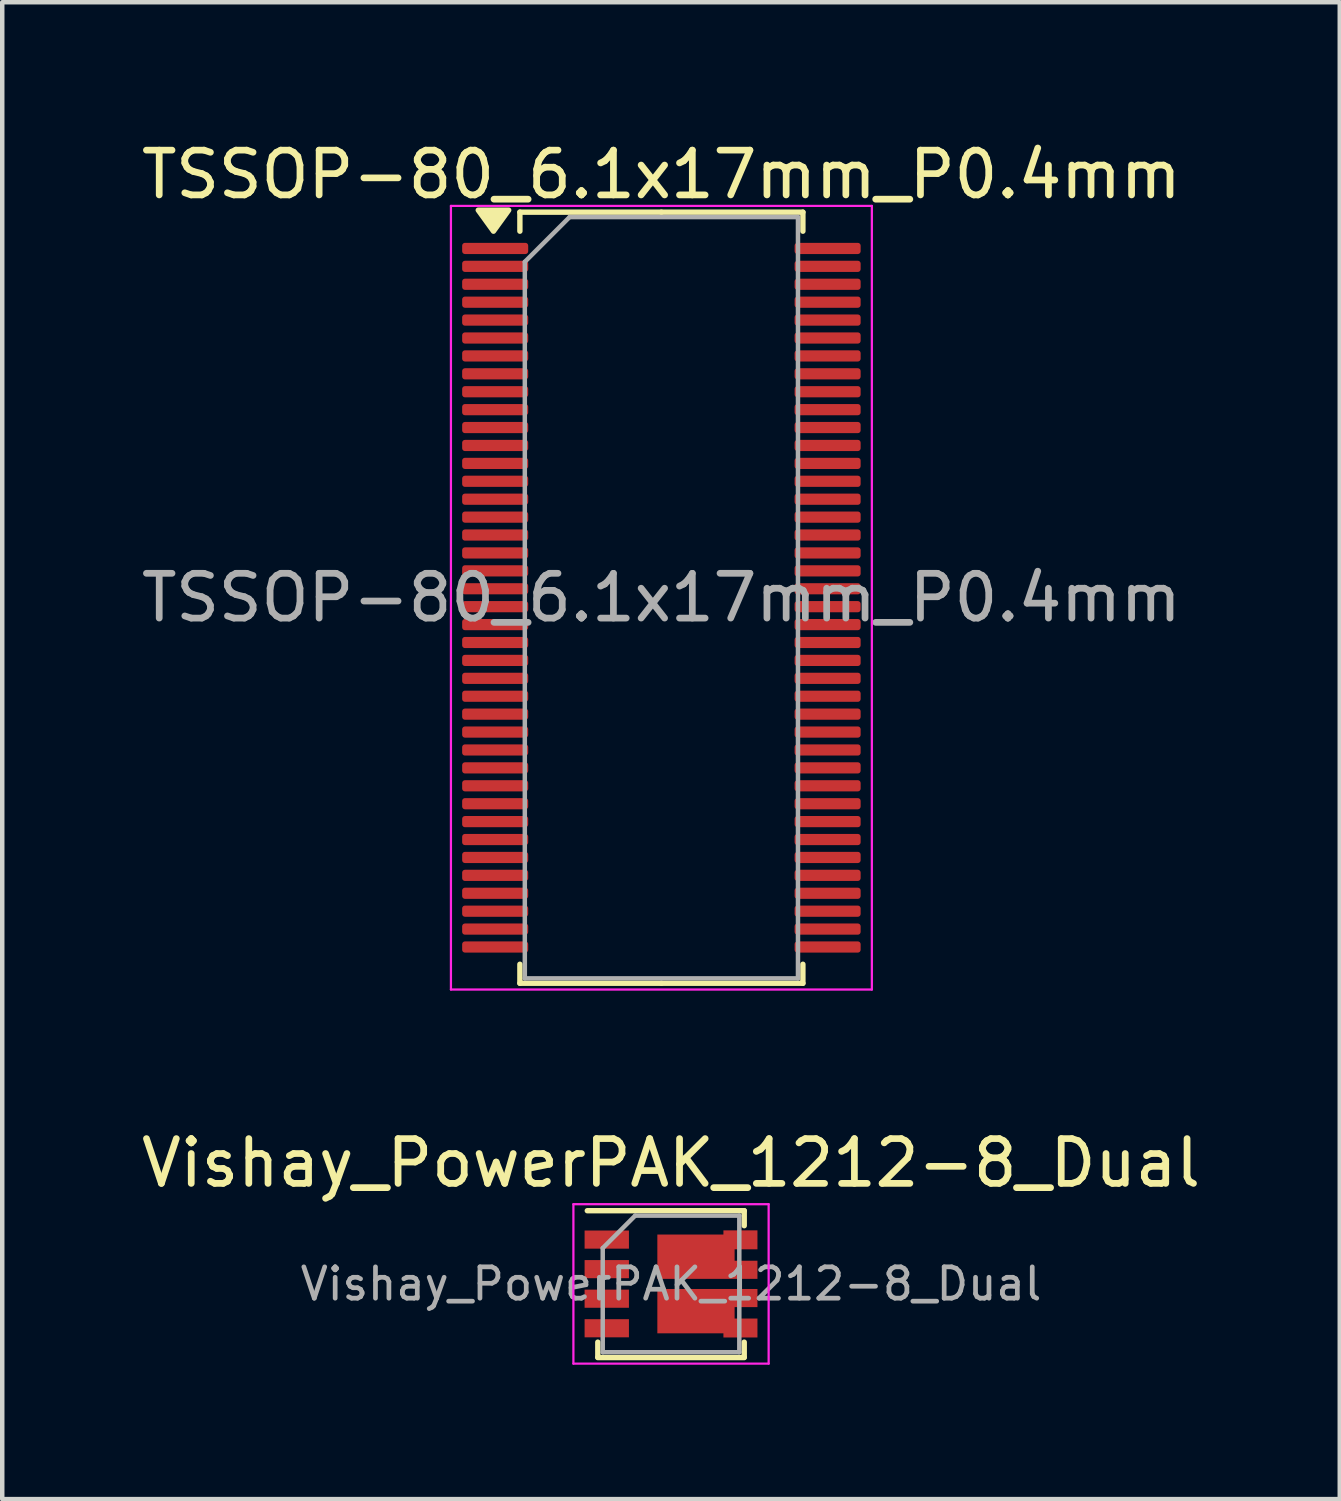
<source format=kicad_pcb>
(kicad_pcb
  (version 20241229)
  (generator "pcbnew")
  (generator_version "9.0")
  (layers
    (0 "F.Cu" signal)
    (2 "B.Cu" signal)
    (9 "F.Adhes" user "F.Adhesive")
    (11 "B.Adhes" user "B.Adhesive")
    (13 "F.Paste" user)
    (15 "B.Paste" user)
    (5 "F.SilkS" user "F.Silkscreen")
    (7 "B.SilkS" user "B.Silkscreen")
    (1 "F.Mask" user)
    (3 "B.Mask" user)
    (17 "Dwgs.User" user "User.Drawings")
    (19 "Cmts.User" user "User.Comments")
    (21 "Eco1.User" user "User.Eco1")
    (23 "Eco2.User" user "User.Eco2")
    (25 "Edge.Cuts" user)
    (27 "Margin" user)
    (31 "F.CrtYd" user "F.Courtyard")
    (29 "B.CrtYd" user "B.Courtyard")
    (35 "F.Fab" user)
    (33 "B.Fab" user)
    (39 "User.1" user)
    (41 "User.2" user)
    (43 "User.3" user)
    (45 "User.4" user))
  (footprint "Vishay_PowerPAK_1212-8_Dual"
    (layer "F.Cu")
    (at 11.935 25.622)
    (property "Reference" "Vishay_PowerPAK_1212-8_Dual" (at 0 -2.7 0) (layer "F.SilkS") (effects (font (size 1 1) (thickness 0.15))))
    (attr smd)
    (fp_line (start -1.87 -1.635) (end 1.635 -1.635) (stroke (width 0.12) (type solid)) (layer "F.SilkS"))
    (fp_line (start -1.635 1.3) (end -1.635 1.635) (stroke (width 0.12) (type solid)) (layer "F.SilkS"))
    (fp_line (start -1.635 1.645) (end 1.635 1.645) (stroke (width 0.12) (type solid)) (layer "F.SilkS"))
    (fp_line (start 1.635 -1.635) (end 1.635 -1.3) (stroke (width 0.12) (type solid)) (layer "F.SilkS"))
    (fp_line (start 1.635 1.3) (end 1.635 1.635) (stroke (width 0.12) (type solid)) (layer "F.SilkS"))
    (fp_line (start -2.18 -1.78) (end -2.18 1.78) (stroke (width 0.05) (type solid)) (layer "F.CrtYd"))
    (fp_line (start -2.18 -1.78) (end 2.18 -1.78) (stroke (width 0.05) (type solid)) (layer "F.CrtYd"))
    (fp_line (start -2.18 1.78) (end 2.18 1.78) (stroke (width 0.05) (type solid)) (layer "F.CrtYd"))
    (fp_line (start 2.18 -1.78) (end 2.18 1.78) (stroke (width 0.05) (type solid)) (layer "F.CrtYd"))
    (fp_line (start -1.525 -0.8) (end -1.525 1.525) (stroke (width 0.1) (type solid)) (layer "F.Fab"))
    (fp_line (start -1.525 -0.8) (end -0.8 -1.525) (stroke (width 0.1) (type solid)) (layer "F.Fab"))
    (fp_line (start -1.525 1.525) (end 1.525 1.525) (stroke (width 0.1) (type solid)) (layer "F.Fab"))
    (fp_line (start -0.8 -1.525) (end 1.525 -1.525) (stroke (width 0.1) (type solid)) (layer "F.Fab"))
    (fp_line (start 1.525 -1.525) (end 1.525 1.525) (stroke (width 0.1) (type solid)) (layer "F.Fab"))
    (fp_text user "${REFERENCE}" (at 0 0 0) (layer "F.Fab") (effects (font (size 0.7 0.7) (thickness 0.105))))
    (pad "1" smd rect (at -1.435 -0.99) (size 0.99 0.405) (layers "F.Cu" "F.Mask" "F.Paste"))
    (pad "2" smd rect (at -1.435 -0.33) (size 0.99 0.405) (layers "F.Cu" "F.Mask" "F.Paste"))
    (pad "3" smd rect (at -1.435 0.33) (size 0.99 0.405) (layers "F.Cu" "F.Mask" "F.Paste"))
    (pad "4" smd rect (at -1.435 0.99) (size 0.99 0.405) (layers "F.Cu" "F.Mask" "F.Paste"))
    (pad "5" smd custom (at 0.557 0.608) (size 1.725 0.99) (layers "F.Cu" "F.Mask" "F.Paste") (options (anchor rect)) (primitives (gr_poly (pts (xy 1.373 -0.09) (xy 0.863 -0.09) (xy 0.863 0.165) (xy 1.373 0.165) (xy 1.373 0.588) (xy 0.613 0.588) (xy 0.613 -0.495) (xy 1.373 -0.495)) (width 0) (fill yes))))
    (pad "6" smd custom (at 0.557 -0.608) (size 1.725 0.99) (layers "F.Cu" "F.Mask" "F.Paste") (options (anchor rect)) (primitives (gr_poly (pts (xy 1.373 -0.165) (xy 0.863 -0.165) (xy 0.863 0.09) (xy 1.373 0.09) (xy 1.373 0.495) (xy 0.613 0.495) (xy 0.613 -0.588) (xy 1.373 -0.588)) (width 0) (fill yes)))))
  (footprint "TSSOP-80_6.1x17mm_P0.4mm"
    (layer "F.Cu")
    (at 11.72 10.298)
    (property "Reference" "TSSOP-80_6.1x17mm_P0.4mm" (at 0 -9.45 0) (layer "F.SilkS") (effects (font (size 1 1) (thickness 0.15))))
    (attr smd)
    (fp_line (start -3.16 -8.61) (end -3.16 -8.185) (stroke (width 0.12) (type solid)) (layer "F.SilkS"))
    (fp_line (start -3.16 8.61) (end -3.16 8.185) (stroke (width 0.12) (type solid)) (layer "F.SilkS"))
    (fp_line (start 0 -8.61) (end -3.16 -8.61) (stroke (width 0.12) (type solid)) (layer "F.SilkS"))
    (fp_line (start 0 -8.61) (end 3.16 -8.61) (stroke (width 0.12) (type solid)) (layer "F.SilkS"))
    (fp_line (start 0 8.61) (end -3.16 8.61) (stroke (width 0.12) (type solid)) (layer "F.SilkS"))
    (fp_line (start 0 8.61) (end 3.16 8.61) (stroke (width 0.12) (type solid)) (layer "F.SilkS"))
    (fp_line (start 3.16 -8.61) (end 3.16 -8.185) (stroke (width 0.12) (type solid)) (layer "F.SilkS"))
    (fp_line (start 3.16 8.61) (end 3.16 8.185) (stroke (width 0.12) (type solid)) (layer "F.SilkS"))
    (fp_poly (pts (xy -3.75 -8.185) (xy -4.09 -8.655) (xy -3.41 -8.655) (xy -3.75 -8.185)) (stroke (width 0.12) (type solid)) (fill yes) (layer "F.SilkS"))
    (fp_line (start -4.7 -8.75) (end -4.7 8.75) (stroke (width 0.05) (type solid)) (layer "F.CrtYd"))
    (fp_line (start -4.7 8.75) (end 4.7 8.75) (stroke (width 0.05) (type solid)) (layer "F.CrtYd"))
    (fp_line (start 4.7 -8.75) (end -4.7 -8.75) (stroke (width 0.05) (type solid)) (layer "F.CrtYd"))
    (fp_line (start 4.7 8.75) (end 4.7 -8.75) (stroke (width 0.05) (type solid)) (layer "F.CrtYd"))
    (fp_line (start -3.05 -7.5) (end -2.05 -8.5) (stroke (width 0.1) (type solid)) (layer "F.Fab"))
    (fp_line (start -3.05 8.5) (end -3.05 -7.5) (stroke (width 0.1) (type solid)) (layer "F.Fab"))
    (fp_line (start -2.05 -8.5) (end 3.05 -8.5) (stroke (width 0.1) (type solid)) (layer "F.Fab"))
    (fp_line (start 3.05 -8.5) (end 3.05 8.5) (stroke (width 0.1) (type solid)) (layer "F.Fab"))
    (fp_line (start 3.05 8.5) (end -3.05 8.5) (stroke (width 0.1) (type solid)) (layer "F.Fab"))
    (fp_text user "${REFERENCE}" (at 0 0 0) (layer "F.Fab") (effects (font (size 1 1) (thickness 0.15))))
    (pad "1" smd roundrect (at -3.712 -7.8) (size 1.475 0.25) (layers "F.Cu" "F.Mask" "F.Paste") (roundrect_rratio 0.25))
    (pad "2" smd roundrect (at -3.712 -7.4) (size 1.475 0.25) (layers "F.Cu" "F.Mask" "F.Paste") (roundrect_rratio 0.25))
    (pad "3" smd roundrect (at -3.712 -7) (size 1.475 0.25) (layers "F.Cu" "F.Mask" "F.Paste") (roundrect_rratio 0.25))
    (pad "4" smd roundrect (at -3.712 -6.6) (size 1.475 0.25) (layers "F.Cu" "F.Mask" "F.Paste") (roundrect_rratio 0.25))
    (pad "5" smd roundrect (at -3.712 -6.2) (size 1.475 0.25) (layers "F.Cu" "F.Mask" "F.Paste") (roundrect_rratio 0.25))
    (pad "6" smd roundrect (at -3.712 -5.8) (size 1.475 0.25) (layers "F.Cu" "F.Mask" "F.Paste") (roundrect_rratio 0.25))
    (pad "7" smd roundrect (at -3.712 -5.4) (size 1.475 0.25) (layers "F.Cu" "F.Mask" "F.Paste") (roundrect_rratio 0.25))
    (pad "8" smd roundrect (at -3.712 -5) (size 1.475 0.25) (layers "F.Cu" "F.Mask" "F.Paste") (roundrect_rratio 0.25))
    (pad "9" smd roundrect (at -3.712 -4.6) (size 1.475 0.25) (layers "F.Cu" "F.Mask" "F.Paste") (roundrect_rratio 0.25))
    (pad "10" smd roundrect (at -3.712 -4.2) (size 1.475 0.25) (layers "F.Cu" "F.Mask" "F.Paste") (roundrect_rratio 0.25))
    (pad "11" smd roundrect (at -3.712 -3.8) (size 1.475 0.25) (layers "F.Cu" "F.Mask" "F.Paste") (roundrect_rratio 0.25))
    (pad "12" smd roundrect (at -3.712 -3.4) (size 1.475 0.25) (layers "F.Cu" "F.Mask" "F.Paste") (roundrect_rratio 0.25))
    (pad "13" smd roundrect (at -3.712 -3) (size 1.475 0.25) (layers "F.Cu" "F.Mask" "F.Paste") (roundrect_rratio 0.25))
    (pad "14" smd roundrect (at -3.712 -2.6) (size 1.475 0.25) (layers "F.Cu" "F.Mask" "F.Paste") (roundrect_rratio 0.25))
    (pad "15" smd roundrect (at -3.712 -2.2) (size 1.475 0.25) (layers "F.Cu" "F.Mask" "F.Paste") (roundrect_rratio 0.25))
    (pad "16" smd roundrect (at -3.712 -1.8) (size 1.475 0.25) (layers "F.Cu" "F.Mask" "F.Paste") (roundrect_rratio 0.25))
    (pad "17" smd roundrect (at -3.712 -1.4) (size 1.475 0.25) (layers "F.Cu" "F.Mask" "F.Paste") (roundrect_rratio 0.25))
    (pad "18" smd roundrect (at -3.712 -1) (size 1.475 0.25) (layers "F.Cu" "F.Mask" "F.Paste") (roundrect_rratio 0.25))
    (pad "19" smd roundrect (at -3.712 -0.6) (size 1.475 0.25) (layers "F.Cu" "F.Mask" "F.Paste") (roundrect_rratio 0.25))
    (pad "20" smd roundrect (at -3.712 -0.2) (size 1.475 0.25) (layers "F.Cu" "F.Mask" "F.Paste") (roundrect_rratio 0.25))
    (pad "21" smd roundrect (at -3.712 0.2) (size 1.475 0.25) (layers "F.Cu" "F.Mask" "F.Paste") (roundrect_rratio 0.25))
    (pad "22" smd roundrect (at -3.712 0.6) (size 1.475 0.25) (layers "F.Cu" "F.Mask" "F.Paste") (roundrect_rratio 0.25))
    (pad "23" smd roundrect (at -3.712 1) (size 1.475 0.25) (layers "F.Cu" "F.Mask" "F.Paste") (roundrect_rratio 0.25))
    (pad "24" smd roundrect (at -3.712 1.4) (size 1.475 0.25) (layers "F.Cu" "F.Mask" "F.Paste") (roundrect_rratio 0.25))
    (pad "25" smd roundrect (at -3.712 1.8) (size 1.475 0.25) (layers "F.Cu" "F.Mask" "F.Paste") (roundrect_rratio 0.25))
    (pad "26" smd roundrect (at -3.712 2.2) (size 1.475 0.25) (layers "F.Cu" "F.Mask" "F.Paste") (roundrect_rratio 0.25))
    (pad "27" smd roundrect (at -3.712 2.6) (size 1.475 0.25) (layers "F.Cu" "F.Mask" "F.Paste") (roundrect_rratio 0.25))
    (pad "28" smd roundrect (at -3.712 3) (size 1.475 0.25) (layers "F.Cu" "F.Mask" "F.Paste") (roundrect_rratio 0.25))
    (pad "29" smd roundrect (at -3.712 3.4) (size 1.475 0.25) (layers "F.Cu" "F.Mask" "F.Paste") (roundrect_rratio 0.25))
    (pad "30" smd roundrect (at -3.712 3.8) (size 1.475 0.25) (layers "F.Cu" "F.Mask" "F.Paste") (roundrect_rratio 0.25))
    (pad "31" smd roundrect (at -3.712 4.2) (size 1.475 0.25) (layers "F.Cu" "F.Mask" "F.Paste") (roundrect_rratio 0.25))
    (pad "32" smd roundrect (at -3.712 4.6) (size 1.475 0.25) (layers "F.Cu" "F.Mask" "F.Paste") (roundrect_rratio 0.25))
    (pad "33" smd roundrect (at -3.712 5) (size 1.475 0.25) (layers "F.Cu" "F.Mask" "F.Paste") (roundrect_rratio 0.25))
    (pad "34" smd roundrect (at -3.712 5.4) (size 1.475 0.25) (layers "F.Cu" "F.Mask" "F.Paste") (roundrect_rratio 0.25))
    (pad "35" smd roundrect (at -3.712 5.8) (size 1.475 0.25) (layers "F.Cu" "F.Mask" "F.Paste") (roundrect_rratio 0.25))
    (pad "36" smd roundrect (at -3.712 6.2) (size 1.475 0.25) (layers "F.Cu" "F.Mask" "F.Paste") (roundrect_rratio 0.25))
    (pad "37" smd roundrect (at -3.712 6.6) (size 1.475 0.25) (layers "F.Cu" "F.Mask" "F.Paste") (roundrect_rratio 0.25))
    (pad "38" smd roundrect (at -3.712 7) (size 1.475 0.25) (layers "F.Cu" "F.Mask" "F.Paste") (roundrect_rratio 0.25))
    (pad "39" smd roundrect (at -3.712 7.4) (size 1.475 0.25) (layers "F.Cu" "F.Mask" "F.Paste") (roundrect_rratio 0.25))
    (pad "40" smd roundrect (at -3.712 7.8) (size 1.475 0.25) (layers "F.Cu" "F.Mask" "F.Paste") (roundrect_rratio 0.25))
    (pad "41" smd roundrect (at 3.712 7.8) (size 1.475 0.25) (layers "F.Cu" "F.Mask" "F.Paste") (roundrect_rratio 0.25))
    (pad "42" smd roundrect (at 3.712 7.4) (size 1.475 0.25) (layers "F.Cu" "F.Mask" "F.Paste") (roundrect_rratio 0.25))
    (pad "43" smd roundrect (at 3.712 7) (size 1.475 0.25) (layers "F.Cu" "F.Mask" "F.Paste") (roundrect_rratio 0.25))
    (pad "44" smd roundrect (at 3.712 6.6) (size 1.475 0.25) (layers "F.Cu" "F.Mask" "F.Paste") (roundrect_rratio 0.25))
    (pad "45" smd roundrect (at 3.712 6.2) (size 1.475 0.25) (layers "F.Cu" "F.Mask" "F.Paste") (roundrect_rratio 0.25))
    (pad "46" smd roundrect (at 3.712 5.8) (size 1.475 0.25) (layers "F.Cu" "F.Mask" "F.Paste") (roundrect_rratio 0.25))
    (pad "47" smd roundrect (at 3.712 5.4) (size 1.475 0.25) (layers "F.Cu" "F.Mask" "F.Paste") (roundrect_rratio 0.25))
    (pad "48" smd roundrect (at 3.712 5) (size 1.475 0.25) (layers "F.Cu" "F.Mask" "F.Paste") (roundrect_rratio 0.25))
    (pad "49" smd roundrect (at 3.712 4.6) (size 1.475 0.25) (layers "F.Cu" "F.Mask" "F.Paste") (roundrect_rratio 0.25))
    (pad "50" smd roundrect (at 3.712 4.2) (size 1.475 0.25) (layers "F.Cu" "F.Mask" "F.Paste") (roundrect_rratio 0.25))
    (pad "51" smd roundrect (at 3.712 3.8) (size 1.475 0.25) (layers "F.Cu" "F.Mask" "F.Paste") (roundrect_rratio 0.25))
    (pad "52" smd roundrect (at 3.712 3.4) (size 1.475 0.25) (layers "F.Cu" "F.Mask" "F.Paste") (roundrect_rratio 0.25))
    (pad "53" smd roundrect (at 3.712 3) (size 1.475 0.25) (layers "F.Cu" "F.Mask" "F.Paste") (roundrect_rratio 0.25))
    (pad "54" smd roundrect (at 3.712 2.6) (size 1.475 0.25) (layers "F.Cu" "F.Mask" "F.Paste") (roundrect_rratio 0.25))
    (pad "55" smd roundrect (at 3.712 2.2) (size 1.475 0.25) (layers "F.Cu" "F.Mask" "F.Paste") (roundrect_rratio 0.25))
    (pad "56" smd roundrect (at 3.712 1.8) (size 1.475 0.25) (layers "F.Cu" "F.Mask" "F.Paste") (roundrect_rratio 0.25))
    (pad "57" smd roundrect (at 3.712 1.4) (size 1.475 0.25) (layers "F.Cu" "F.Mask" "F.Paste") (roundrect_rratio 0.25))
    (pad "58" smd roundrect (at 3.712 1) (size 1.475 0.25) (layers "F.Cu" "F.Mask" "F.Paste") (roundrect_rratio 0.25))
    (pad "59" smd roundrect (at 3.712 0.6) (size 1.475 0.25) (layers "F.Cu" "F.Mask" "F.Paste") (roundrect_rratio 0.25))
    (pad "60" smd roundrect (at 3.712 0.2) (size 1.475 0.25) (layers "F.Cu" "F.Mask" "F.Paste") (roundrect_rratio 0.25))
    (pad "61" smd roundrect (at 3.712 -0.2) (size 1.475 0.25) (layers "F.Cu" "F.Mask" "F.Paste") (roundrect_rratio 0.25))
    (pad "62" smd roundrect (at 3.712 -0.6) (size 1.475 0.25) (layers "F.Cu" "F.Mask" "F.Paste") (roundrect_rratio 0.25))
    (pad "63" smd roundrect (at 3.712 -1) (size 1.475 0.25) (layers "F.Cu" "F.Mask" "F.Paste") (roundrect_rratio 0.25))
    (pad "64" smd roundrect (at 3.712 -1.4) (size 1.475 0.25) (layers "F.Cu" "F.Mask" "F.Paste") (roundrect_rratio 0.25))
    (pad "65" smd roundrect (at 3.712 -1.8) (size 1.475 0.25) (layers "F.Cu" "F.Mask" "F.Paste") (roundrect_rratio 0.25))
    (pad "66" smd roundrect (at 3.712 -2.2) (size 1.475 0.25) (layers "F.Cu" "F.Mask" "F.Paste") (roundrect_rratio 0.25))
    (pad "67" smd roundrect (at 3.712 -2.6) (size 1.475 0.25) (layers "F.Cu" "F.Mask" "F.Paste") (roundrect_rratio 0.25))
    (pad "68" smd roundrect (at 3.712 -3) (size 1.475 0.25) (layers "F.Cu" "F.Mask" "F.Paste") (roundrect_rratio 0.25))
    (pad "69" smd roundrect (at 3.712 -3.4) (size 1.475 0.25) (layers "F.Cu" "F.Mask" "F.Paste") (roundrect_rratio 0.25))
    (pad "70" smd roundrect (at 3.712 -3.8) (size 1.475 0.25) (layers "F.Cu" "F.Mask" "F.Paste") (roundrect_rratio 0.25))
    (pad "71" smd roundrect (at 3.712 -4.2) (size 1.475 0.25) (layers "F.Cu" "F.Mask" "F.Paste") (roundrect_rratio 0.25))
    (pad "72" smd roundrect (at 3.712 -4.6) (size 1.475 0.25) (layers "F.Cu" "F.Mask" "F.Paste") (roundrect_rratio 0.25))
    (pad "73" smd roundrect (at 3.712 -5) (size 1.475 0.25) (layers "F.Cu" "F.Mask" "F.Paste") (roundrect_rratio 0.25))
    (pad "74" smd roundrect (at 3.712 -5.4) (size 1.475 0.25) (layers "F.Cu" "F.Mask" "F.Paste") (roundrect_rratio 0.25))
    (pad "75" smd roundrect (at 3.712 -5.8) (size 1.475 0.25) (layers "F.Cu" "F.Mask" "F.Paste") (roundrect_rratio 0.25))
    (pad "76" smd roundrect (at 3.712 -6.2) (size 1.475 0.25) (layers "F.Cu" "F.Mask" "F.Paste") (roundrect_rratio 0.25))
    (pad "77" smd roundrect (at 3.712 -6.6) (size 1.475 0.25) (layers "F.Cu" "F.Mask" "F.Paste") (roundrect_rratio 0.25))
    (pad "78" smd roundrect (at 3.712 -7) (size 1.475 0.25) (layers "F.Cu" "F.Mask" "F.Paste") (roundrect_rratio 0.25))
    (pad "79" smd roundrect (at 3.712 -7.4) (size 1.475 0.25) (layers "F.Cu" "F.Mask" "F.Paste") (roundrect_rratio 0.25))
    (pad "80" smd roundrect (at 3.712 -7.8) (size 1.475 0.25) (layers "F.Cu" "F.Mask" "F.Paste") (roundrect_rratio 0.25)))
  (gr_rect
    (start -3 -3)
    (end 26.869 30.427)
    (stroke (width 0.1) (type default))
    (fill no)
    (layer "Edge.Cuts")))
</source>
